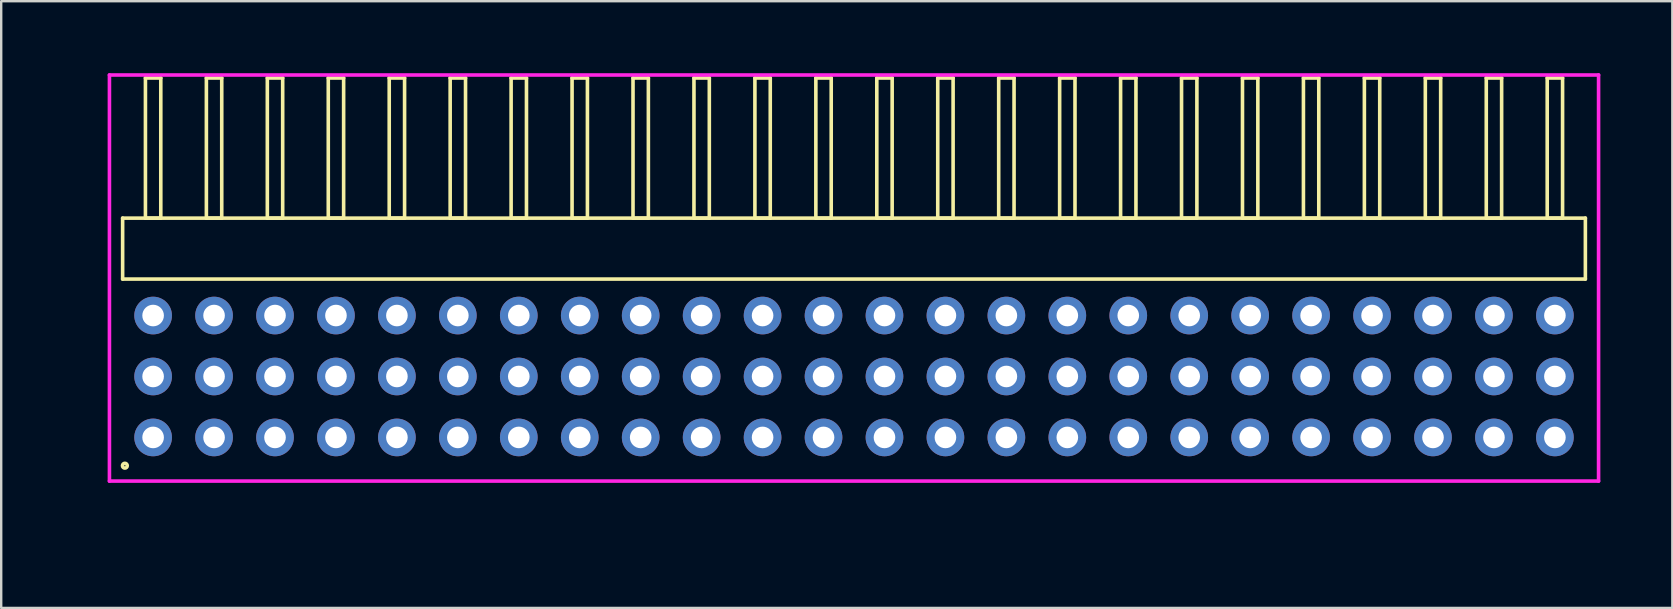
<source format=kicad_pcb>
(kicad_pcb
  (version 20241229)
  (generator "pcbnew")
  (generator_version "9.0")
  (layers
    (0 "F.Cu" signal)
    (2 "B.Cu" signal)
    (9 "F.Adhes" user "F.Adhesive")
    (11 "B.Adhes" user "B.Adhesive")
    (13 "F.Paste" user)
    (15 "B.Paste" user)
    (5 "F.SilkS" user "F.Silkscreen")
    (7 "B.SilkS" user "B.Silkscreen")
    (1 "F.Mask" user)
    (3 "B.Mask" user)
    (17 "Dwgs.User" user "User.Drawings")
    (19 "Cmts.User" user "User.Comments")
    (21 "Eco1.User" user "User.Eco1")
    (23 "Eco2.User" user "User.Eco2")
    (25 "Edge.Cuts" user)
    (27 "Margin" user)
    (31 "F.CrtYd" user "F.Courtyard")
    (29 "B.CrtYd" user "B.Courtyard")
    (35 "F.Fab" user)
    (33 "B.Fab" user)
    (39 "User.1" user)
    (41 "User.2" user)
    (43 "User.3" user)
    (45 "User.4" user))
  (footprint "HDR_RA254P24x3"
    (layer "F.Cu")
    (at 32.541 12.64)
    (property "Reference" "HDR_RA254P24x3" (at -31.78 0 90) (layer "User.1") (effects (font (size 1 1) (thickness 0.1))))
    (attr through_hole)
    (fp_line (start -30.48 -6.6) (end -30.48 -4.06) (stroke (width 0.15) (type solid)) (layer "F.SilkS"))
    (fp_line (start -30.48 -4.06) (end 30.48 -4.06) (stroke (width 0.15) (type solid)) (layer "F.SilkS"))
    (fp_line (start -29.53 -12.44) (end -29.53 -6.6) (stroke (width 0.15) (type solid)) (layer "F.SilkS"))
    (fp_line (start -29.53 -6.6) (end -28.89 -6.6) (stroke (width 0.15) (type solid)) (layer "F.SilkS"))
    (fp_line (start -28.89 -12.44) (end -29.53 -12.44) (stroke (width 0.15) (type solid)) (layer "F.SilkS"))
    (fp_line (start -28.89 -6.6) (end -28.89 -12.44) (stroke (width 0.15) (type solid)) (layer "F.SilkS"))
    (fp_line (start -26.99 -12.44) (end -26.99 -6.6) (stroke (width 0.15) (type solid)) (layer "F.SilkS"))
    (fp_line (start -26.99 -6.6) (end -26.35 -6.6) (stroke (width 0.15) (type solid)) (layer "F.SilkS"))
    (fp_line (start -26.35 -12.44) (end -26.99 -12.44) (stroke (width 0.15) (type solid)) (layer "F.SilkS"))
    (fp_line (start -26.35 -6.6) (end -26.35 -12.44) (stroke (width 0.15) (type solid)) (layer "F.SilkS"))
    (fp_line (start -24.45 -12.44) (end -24.45 -6.6) (stroke (width 0.15) (type solid)) (layer "F.SilkS"))
    (fp_line (start -24.45 -6.6) (end -23.81 -6.6) (stroke (width 0.15) (type solid)) (layer "F.SilkS"))
    (fp_line (start -23.81 -12.44) (end -24.45 -12.44) (stroke (width 0.15) (type solid)) (layer "F.SilkS"))
    (fp_line (start -23.81 -6.6) (end -23.81 -12.44) (stroke (width 0.15) (type solid)) (layer "F.SilkS"))
    (fp_line (start -21.91 -12.44) (end -21.91 -6.6) (stroke (width 0.15) (type solid)) (layer "F.SilkS"))
    (fp_line (start -21.91 -6.6) (end -21.27 -6.6) (stroke (width 0.15) (type solid)) (layer "F.SilkS"))
    (fp_line (start -21.27 -12.44) (end -21.91 -12.44) (stroke (width 0.15) (type solid)) (layer "F.SilkS"))
    (fp_line (start -21.27 -6.6) (end -21.27 -12.44) (stroke (width 0.15) (type solid)) (layer "F.SilkS"))
    (fp_line (start -19.37 -12.44) (end -19.37 -6.6) (stroke (width 0.15) (type solid)) (layer "F.SilkS"))
    (fp_line (start -19.37 -6.6) (end -18.73 -6.6) (stroke (width 0.15) (type solid)) (layer "F.SilkS"))
    (fp_line (start -18.73 -12.44) (end -19.37 -12.44) (stroke (width 0.15) (type solid)) (layer "F.SilkS"))
    (fp_line (start -18.73 -6.6) (end -18.73 -12.44) (stroke (width 0.15) (type solid)) (layer "F.SilkS"))
    (fp_line (start -16.83 -12.44) (end -16.83 -6.6) (stroke (width 0.15) (type solid)) (layer "F.SilkS"))
    (fp_line (start -16.83 -6.6) (end -16.19 -6.6) (stroke (width 0.15) (type solid)) (layer "F.SilkS"))
    (fp_line (start -16.19 -12.44) (end -16.83 -12.44) (stroke (width 0.15) (type solid)) (layer "F.SilkS"))
    (fp_line (start -16.19 -6.6) (end -16.19 -12.44) (stroke (width 0.15) (type solid)) (layer "F.SilkS"))
    (fp_line (start -14.29 -12.44) (end -14.29 -6.6) (stroke (width 0.15) (type solid)) (layer "F.SilkS"))
    (fp_line (start -14.29 -6.6) (end -13.65 -6.6) (stroke (width 0.15) (type solid)) (layer "F.SilkS"))
    (fp_line (start -13.65 -12.44) (end -14.29 -12.44) (stroke (width 0.15) (type solid)) (layer "F.SilkS"))
    (fp_line (start -13.65 -6.6) (end -13.65 -12.44) (stroke (width 0.15) (type solid)) (layer "F.SilkS"))
    (fp_line (start -11.75 -12.44) (end -11.75 -6.6) (stroke (width 0.15) (type solid)) (layer "F.SilkS"))
    (fp_line (start -11.75 -6.6) (end -11.11 -6.6) (stroke (width 0.15) (type solid)) (layer "F.SilkS"))
    (fp_line (start -11.11 -12.44) (end -11.75 -12.44) (stroke (width 0.15) (type solid)) (layer "F.SilkS"))
    (fp_line (start -11.11 -6.6) (end -11.11 -12.44) (stroke (width 0.15) (type solid)) (layer "F.SilkS"))
    (fp_line (start -9.21 -12.44) (end -9.21 -6.6) (stroke (width 0.15) (type solid)) (layer "F.SilkS"))
    (fp_line (start -9.21 -6.6) (end -8.57 -6.6) (stroke (width 0.15) (type solid)) (layer "F.SilkS"))
    (fp_line (start -8.57 -12.44) (end -9.21 -12.44) (stroke (width 0.15) (type solid)) (layer "F.SilkS"))
    (fp_line (start -8.57 -6.6) (end -8.57 -12.44) (stroke (width 0.15) (type solid)) (layer "F.SilkS"))
    (fp_line (start -6.67 -12.44) (end -6.67 -6.6) (stroke (width 0.15) (type solid)) (layer "F.SilkS"))
    (fp_line (start -6.67 -6.6) (end -6.03 -6.6) (stroke (width 0.15) (type solid)) (layer "F.SilkS"))
    (fp_line (start -6.03 -12.44) (end -6.67 -12.44) (stroke (width 0.15) (type solid)) (layer "F.SilkS"))
    (fp_line (start -6.03 -6.6) (end -6.03 -12.44) (stroke (width 0.15) (type solid)) (layer "F.SilkS"))
    (fp_line (start -4.13 -12.44) (end -4.13 -6.6) (stroke (width 0.15) (type solid)) (layer "F.SilkS"))
    (fp_line (start -4.13 -6.6) (end -3.49 -6.6) (stroke (width 0.15) (type solid)) (layer "F.SilkS"))
    (fp_line (start -3.49 -12.44) (end -4.13 -12.44) (stroke (width 0.15) (type solid)) (layer "F.SilkS"))
    (fp_line (start -3.49 -6.6) (end -3.49 -12.44) (stroke (width 0.15) (type solid)) (layer "F.SilkS"))
    (fp_line (start -1.59 -12.44) (end -1.59 -6.6) (stroke (width 0.15) (type solid)) (layer "F.SilkS"))
    (fp_line (start -1.59 -6.6) (end -0.95 -6.6) (stroke (width 0.15) (type solid)) (layer "F.SilkS"))
    (fp_line (start -0.95 -12.44) (end -1.59 -12.44) (stroke (width 0.15) (type solid)) (layer "F.SilkS"))
    (fp_line (start -0.95 -6.6) (end -0.95 -12.44) (stroke (width 0.15) (type solid)) (layer "F.SilkS"))
    (fp_line (start 0.95 -12.44) (end 0.95 -6.6) (stroke (width 0.15) (type solid)) (layer "F.SilkS"))
    (fp_line (start 0.95 -6.6) (end 1.59 -6.6) (stroke (width 0.15) (type solid)) (layer "F.SilkS"))
    (fp_line (start 1.59 -12.44) (end 0.95 -12.44) (stroke (width 0.15) (type solid)) (layer "F.SilkS"))
    (fp_line (start 1.59 -6.6) (end 1.59 -12.44) (stroke (width 0.15) (type solid)) (layer "F.SilkS"))
    (fp_line (start 3.49 -12.44) (end 3.49 -6.6) (stroke (width 0.15) (type solid)) (layer "F.SilkS"))
    (fp_line (start 3.49 -6.6) (end 4.13 -6.6) (stroke (width 0.15) (type solid)) (layer "F.SilkS"))
    (fp_line (start 4.13 -12.44) (end 3.49 -12.44) (stroke (width 0.15) (type solid)) (layer "F.SilkS"))
    (fp_line (start 4.13 -6.6) (end 4.13 -12.44) (stroke (width 0.15) (type solid)) (layer "F.SilkS"))
    (fp_line (start 6.03 -12.44) (end 6.03 -6.6) (stroke (width 0.15) (type solid)) (layer "F.SilkS"))
    (fp_line (start 6.03 -6.6) (end 6.67 -6.6) (stroke (width 0.15) (type solid)) (layer "F.SilkS"))
    (fp_line (start 6.67 -12.44) (end 6.03 -12.44) (stroke (width 0.15) (type solid)) (layer "F.SilkS"))
    (fp_line (start 6.67 -6.6) (end 6.67 -12.44) (stroke (width 0.15) (type solid)) (layer "F.SilkS"))
    (fp_line (start 8.57 -12.44) (end 8.57 -6.6) (stroke (width 0.15) (type solid)) (layer "F.SilkS"))
    (fp_line (start 8.57 -6.6) (end 9.21 -6.6) (stroke (width 0.15) (type solid)) (layer "F.SilkS"))
    (fp_line (start 9.21 -12.44) (end 8.57 -12.44) (stroke (width 0.15) (type solid)) (layer "F.SilkS"))
    (fp_line (start 9.21 -6.6) (end 9.21 -12.44) (stroke (width 0.15) (type solid)) (layer "F.SilkS"))
    (fp_line (start 11.11 -12.44) (end 11.11 -6.6) (stroke (width 0.15) (type solid)) (layer "F.SilkS"))
    (fp_line (start 11.11 -6.6) (end 11.75 -6.6) (stroke (width 0.15) (type solid)) (layer "F.SilkS"))
    (fp_line (start 11.75 -12.44) (end 11.11 -12.44) (stroke (width 0.15) (type solid)) (layer "F.SilkS"))
    (fp_line (start 11.75 -6.6) (end 11.75 -12.44) (stroke (width 0.15) (type solid)) (layer "F.SilkS"))
    (fp_line (start 13.65 -12.44) (end 13.65 -6.6) (stroke (width 0.15) (type solid)) (layer "F.SilkS"))
    (fp_line (start 13.65 -6.6) (end 14.29 -6.6) (stroke (width 0.15) (type solid)) (layer "F.SilkS"))
    (fp_line (start 14.29 -12.44) (end 13.65 -12.44) (stroke (width 0.15) (type solid)) (layer "F.SilkS"))
    (fp_line (start 14.29 -6.6) (end 14.29 -12.44) (stroke (width 0.15) (type solid)) (layer "F.SilkS"))
    (fp_line (start 16.19 -12.44) (end 16.19 -6.6) (stroke (width 0.15) (type solid)) (layer "F.SilkS"))
    (fp_line (start 16.19 -6.6) (end 16.83 -6.6) (stroke (width 0.15) (type solid)) (layer "F.SilkS"))
    (fp_line (start 16.83 -12.44) (end 16.19 -12.44) (stroke (width 0.15) (type solid)) (layer "F.SilkS"))
    (fp_line (start 16.83 -6.6) (end 16.83 -12.44) (stroke (width 0.15) (type solid)) (layer "F.SilkS"))
    (fp_line (start 18.73 -12.44) (end 18.73 -6.6) (stroke (width 0.15) (type solid)) (layer "F.SilkS"))
    (fp_line (start 18.73 -6.6) (end 19.37 -6.6) (stroke (width 0.15) (type solid)) (layer "F.SilkS"))
    (fp_line (start 19.37 -12.44) (end 18.73 -12.44) (stroke (width 0.15) (type solid)) (layer "F.SilkS"))
    (fp_line (start 19.37 -6.6) (end 19.37 -12.44) (stroke (width 0.15) (type solid)) (layer "F.SilkS"))
    (fp_line (start 21.27 -12.44) (end 21.27 -6.6) (stroke (width 0.15) (type solid)) (layer "F.SilkS"))
    (fp_line (start 21.27 -6.6) (end 21.91 -6.6) (stroke (width 0.15) (type solid)) (layer "F.SilkS"))
    (fp_line (start 21.91 -12.44) (end 21.27 -12.44) (stroke (width 0.15) (type solid)) (layer "F.SilkS"))
    (fp_line (start 21.91 -6.6) (end 21.91 -12.44) (stroke (width 0.15) (type solid)) (layer "F.SilkS"))
    (fp_line (start 23.81 -12.44) (end 23.81 -6.6) (stroke (width 0.15) (type solid)) (layer "F.SilkS"))
    (fp_line (start 23.81 -6.6) (end 24.45 -6.6) (stroke (width 0.15) (type solid)) (layer "F.SilkS"))
    (fp_line (start 24.45 -12.44) (end 23.81 -12.44) (stroke (width 0.15) (type solid)) (layer "F.SilkS"))
    (fp_line (start 24.45 -6.6) (end 24.45 -12.44) (stroke (width 0.15) (type solid)) (layer "F.SilkS"))
    (fp_line (start 26.35 -12.44) (end 26.35 -6.6) (stroke (width 0.15) (type solid)) (layer "F.SilkS"))
    (fp_line (start 26.35 -6.6) (end 26.99 -6.6) (stroke (width 0.15) (type solid)) (layer "F.SilkS"))
    (fp_line (start 26.99 -12.44) (end 26.35 -12.44) (stroke (width 0.15) (type solid)) (layer "F.SilkS"))
    (fp_line (start 26.99 -6.6) (end 26.99 -12.44) (stroke (width 0.15) (type solid)) (layer "F.SilkS"))
    (fp_line (start 28.89 -12.44) (end 28.89 -6.6) (stroke (width 0.15) (type solid)) (layer "F.SilkS"))
    (fp_line (start 28.89 -6.6) (end 29.53 -6.6) (stroke (width 0.15) (type solid)) (layer "F.SilkS"))
    (fp_line (start 29.53 -12.44) (end 28.89 -12.44) (stroke (width 0.15) (type solid)) (layer "F.SilkS"))
    (fp_line (start 29.53 -6.6) (end 29.53 -12.44) (stroke (width 0.15) (type solid)) (layer "F.SilkS"))
    (fp_line (start 30.48 -6.6) (end -30.48 -6.6) (stroke (width 0.15) (type solid)) (layer "F.SilkS"))
    (fp_line (start 30.48 -4.06) (end 30.48 -6.6) (stroke (width 0.15) (type solid)) (layer "F.SilkS"))
    (fp_circle (center -30.387 3.718) (end -30.287 3.718) (stroke (width 0.15) (type solid)) (fill no) (layer "F.SilkS"))
    (fp_line (start -31.03 -12.565) (end -31.03 4.36) (stroke (width 0.15) (type solid)) (layer "F.CrtYd"))
    (fp_line (start -31.03 4.36) (end 31.03 4.36) (stroke (width 0.15) (type solid)) (layer "F.CrtYd"))
    (fp_line (start 31.03 -12.565) (end -31.03 -12.565) (stroke (width 0.15) (type solid)) (layer "F.CrtYd"))
    (fp_line (start 31.03 4.36) (end 31.03 -12.565) (stroke (width 0.15) (type solid)) (layer "F.CrtYd"))
    (pad "1" thru_hole oval (at -29.21 2.54) (size 1.57 1.57) (drill 0.9) (layers "*.Cu" "*.Mask"))
    (pad "2" thru_hole oval (at -29.21 0) (size 1.57 1.57) (drill 0.9) (layers "*.Cu" "*.Mask"))
    (pad "3" thru_hole oval (at -29.21 -2.54) (size 1.57 1.57) (drill 0.9) (layers "*.Cu" "*.Mask"))
    (pad "4" thru_hole oval (at -26.67 2.54) (size 1.57 1.57) (drill 0.9) (layers "*.Cu" "*.Mask"))
    (pad "5" thru_hole oval (at -26.67 0) (size 1.57 1.57) (drill 0.9) (layers "*.Cu" "*.Mask"))
    (pad "6" thru_hole oval (at -26.67 -2.54) (size 1.57 1.57) (drill 0.9) (layers "*.Cu" "*.Mask"))
    (pad "7" thru_hole oval (at -24.13 2.54) (size 1.57 1.57) (drill 0.9) (layers "*.Cu" "*.Mask"))
    (pad "8" thru_hole oval (at -24.13 0) (size 1.57 1.57) (drill 0.9) (layers "*.Cu" "*.Mask"))
    (pad "9" thru_hole oval (at -24.13 -2.54) (size 1.57 1.57) (drill 0.9) (layers "*.Cu" "*.Mask"))
    (pad "10" thru_hole oval (at -21.59 2.54) (size 1.57 1.57) (drill 0.9) (layers "*.Cu" "*.Mask"))
    (pad "11" thru_hole oval (at -21.59 0) (size 1.57 1.57) (drill 0.9) (layers "*.Cu" "*.Mask"))
    (pad "12" thru_hole oval (at -21.59 -2.54) (size 1.57 1.57) (drill 0.9) (layers "*.Cu" "*.Mask"))
    (pad "13" thru_hole oval (at -19.05 2.54) (size 1.57 1.57) (drill 0.9) (layers "*.Cu" "*.Mask"))
    (pad "14" thru_hole oval (at -19.05 0) (size 1.57 1.57) (drill 0.9) (layers "*.Cu" "*.Mask"))
    (pad "15" thru_hole oval (at -19.05 -2.54) (size 1.57 1.57) (drill 0.9) (layers "*.Cu" "*.Mask"))
    (pad "16" thru_hole oval (at -16.51 2.54) (size 1.57 1.57) (drill 0.9) (layers "*.Cu" "*.Mask"))
    (pad "17" thru_hole oval (at -16.51 0) (size 1.57 1.57) (drill 0.9) (layers "*.Cu" "*.Mask"))
    (pad "18" thru_hole oval (at -16.51 -2.54) (size 1.57 1.57) (drill 0.9) (layers "*.Cu" "*.Mask"))
    (pad "19" thru_hole oval (at -13.97 2.54) (size 1.57 1.57) (drill 0.9) (layers "*.Cu" "*.Mask"))
    (pad "20" thru_hole oval (at -13.97 0) (size 1.57 1.57) (drill 0.9) (layers "*.Cu" "*.Mask"))
    (pad "21" thru_hole oval (at -13.97 -2.54) (size 1.57 1.57) (drill 0.9) (layers "*.Cu" "*.Mask"))
    (pad "22" thru_hole oval (at -11.43 2.54) (size 1.57 1.57) (drill 0.9) (layers "*.Cu" "*.Mask"))
    (pad "23" thru_hole oval (at -11.43 0) (size 1.57 1.57) (drill 0.9) (layers "*.Cu" "*.Mask"))
    (pad "24" thru_hole oval (at -11.43 -2.54) (size 1.57 1.57) (drill 0.9) (layers "*.Cu" "*.Mask"))
    (pad "25" thru_hole oval (at -8.89 2.54) (size 1.57 1.57) (drill 0.9) (layers "*.Cu" "*.Mask"))
    (pad "26" thru_hole oval (at -8.89 0) (size 1.57 1.57) (drill 0.9) (layers "*.Cu" "*.Mask"))
    (pad "27" thru_hole oval (at -8.89 -2.54) (size 1.57 1.57) (drill 0.9) (layers "*.Cu" "*.Mask"))
    (pad "28" thru_hole oval (at -6.35 2.54) (size 1.57 1.57) (drill 0.9) (layers "*.Cu" "*.Mask"))
    (pad "29" thru_hole oval (at -6.35 0) (size 1.57 1.57) (drill 0.9) (layers "*.Cu" "*.Mask"))
    (pad "30" thru_hole oval (at -6.35 -2.54) (size 1.57 1.57) (drill 0.9) (layers "*.Cu" "*.Mask"))
    (pad "31" thru_hole oval (at -3.81 2.54) (size 1.57 1.57) (drill 0.9) (layers "*.Cu" "*.Mask"))
    (pad "32" thru_hole oval (at -3.81 0) (size 1.57 1.57) (drill 0.9) (layers "*.Cu" "*.Mask"))
    (pad "33" thru_hole oval (at -3.81 -2.54) (size 1.57 1.57) (drill 0.9) (layers "*.Cu" "*.Mask"))
    (pad "34" thru_hole oval (at -1.27 2.54) (size 1.57 1.57) (drill 0.9) (layers "*.Cu" "*.Mask"))
    (pad "35" thru_hole oval (at -1.27 0) (size 1.57 1.57) (drill 0.9) (layers "*.Cu" "*.Mask"))
    (pad "36" thru_hole oval (at -1.27 -2.54) (size 1.57 1.57) (drill 0.9) (layers "*.Cu" "*.Mask"))
    (pad "37" thru_hole oval (at 1.27 2.54) (size 1.57 1.57) (drill 0.9) (layers "*.Cu" "*.Mask"))
    (pad "38" thru_hole oval (at 1.27 0) (size 1.57 1.57) (drill 0.9) (layers "*.Cu" "*.Mask"))
    (pad "39" thru_hole oval (at 1.27 -2.54) (size 1.57 1.57) (drill 0.9) (layers "*.Cu" "*.Mask"))
    (pad "40" thru_hole oval (at 3.81 2.54) (size 1.57 1.57) (drill 0.9) (layers "*.Cu" "*.Mask"))
    (pad "41" thru_hole oval (at 3.81 0) (size 1.57 1.57) (drill 0.9) (layers "*.Cu" "*.Mask"))
    (pad "42" thru_hole oval (at 3.81 -2.54) (size 1.57 1.57) (drill 0.9) (layers "*.Cu" "*.Mask"))
    (pad "43" thru_hole oval (at 6.35 2.54) (size 1.57 1.57) (drill 0.9) (layers "*.Cu" "*.Mask"))
    (pad "44" thru_hole oval (at 6.35 0) (size 1.57 1.57) (drill 0.9) (layers "*.Cu" "*.Mask"))
    (pad "45" thru_hole oval (at 6.35 -2.54) (size 1.57 1.57) (drill 0.9) (layers "*.Cu" "*.Mask"))
    (pad "46" thru_hole oval (at 8.89 2.54) (size 1.57 1.57) (drill 0.9) (layers "*.Cu" "*.Mask"))
    (pad "47" thru_hole oval (at 8.89 0) (size 1.57 1.57) (drill 0.9) (layers "*.Cu" "*.Mask"))
    (pad "48" thru_hole oval (at 8.89 -2.54) (size 1.57 1.57) (drill 0.9) (layers "*.Cu" "*.Mask"))
    (pad "49" thru_hole oval (at 11.43 2.54) (size 1.57 1.57) (drill 0.9) (layers "*.Cu" "*.Mask"))
    (pad "50" thru_hole oval (at 11.43 0) (size 1.57 1.57) (drill 0.9) (layers "*.Cu" "*.Mask"))
    (pad "51" thru_hole oval (at 11.43 -2.54) (size 1.57 1.57) (drill 0.9) (layers "*.Cu" "*.Mask"))
    (pad "52" thru_hole oval (at 13.97 2.54) (size 1.57 1.57) (drill 0.9) (layers "*.Cu" "*.Mask"))
    (pad "53" thru_hole oval (at 13.97 0) (size 1.57 1.57) (drill 0.9) (layers "*.Cu" "*.Mask"))
    (pad "54" thru_hole oval (at 13.97 -2.54) (size 1.57 1.57) (drill 0.9) (layers "*.Cu" "*.Mask"))
    (pad "55" thru_hole oval (at 16.51 2.54) (size 1.57 1.57) (drill 0.9) (layers "*.Cu" "*.Mask"))
    (pad "56" thru_hole oval (at 16.51 0) (size 1.57 1.57) (drill 0.9) (layers "*.Cu" "*.Mask"))
    (pad "57" thru_hole oval (at 16.51 -2.54) (size 1.57 1.57) (drill 0.9) (layers "*.Cu" "*.Mask"))
    (pad "58" thru_hole oval (at 19.05 2.54) (size 1.57 1.57) (drill 0.9) (layers "*.Cu" "*.Mask"))
    (pad "59" thru_hole oval (at 19.05 0) (size 1.57 1.57) (drill 0.9) (layers "*.Cu" "*.Mask"))
    (pad "60" thru_hole oval (at 19.05 -2.54) (size 1.57 1.57) (drill 0.9) (layers "*.Cu" "*.Mask"))
    (pad "61" thru_hole oval (at 21.59 2.54) (size 1.57 1.57) (drill 0.9) (layers "*.Cu" "*.Mask"))
    (pad "62" thru_hole oval (at 21.59 0) (size 1.57 1.57) (drill 0.9) (layers "*.Cu" "*.Mask"))
    (pad "63" thru_hole oval (at 21.59 -2.54) (size 1.57 1.57) (drill 0.9) (layers "*.Cu" "*.Mask"))
    (pad "64" thru_hole oval (at 24.13 2.54) (size 1.57 1.57) (drill 0.9) (layers "*.Cu" "*.Mask"))
    (pad "65" thru_hole oval (at 24.13 0) (size 1.57 1.57) (drill 0.9) (layers "*.Cu" "*.Mask"))
    (pad "66" thru_hole oval (at 24.13 -2.54) (size 1.57 1.57) (drill 0.9) (layers "*.Cu" "*.Mask"))
    (pad "67" thru_hole oval (at 26.67 2.54) (size 1.57 1.57) (drill 0.9) (layers "*.Cu" "*.Mask"))
    (pad "68" thru_hole oval (at 26.67 0) (size 1.57 1.57) (drill 0.9) (layers "*.Cu" "*.Mask"))
    (pad "69" thru_hole oval (at 26.67 -2.54) (size 1.57 1.57) (drill 0.9) (layers "*.Cu" "*.Mask"))
    (pad "70" thru_hole oval (at 29.21 2.54) (size 1.57 1.57) (drill 0.9) (layers "*.Cu" "*.Mask"))
    (pad "71" thru_hole oval (at 29.21 0) (size 1.57 1.57) (drill 0.9) (layers "*.Cu" "*.Mask"))
    (pad "72" thru_hole oval (at 29.21 -2.54) (size 1.57 1.57) (drill 0.9) (layers "*.Cu" "*.Mask")))
  (gr_rect
    (start -3 -3)
    (end 66.645 22.285)
    (stroke (width 0.1) (type default))
    (fill no)
    (layer "Edge.Cuts")))
</source>
